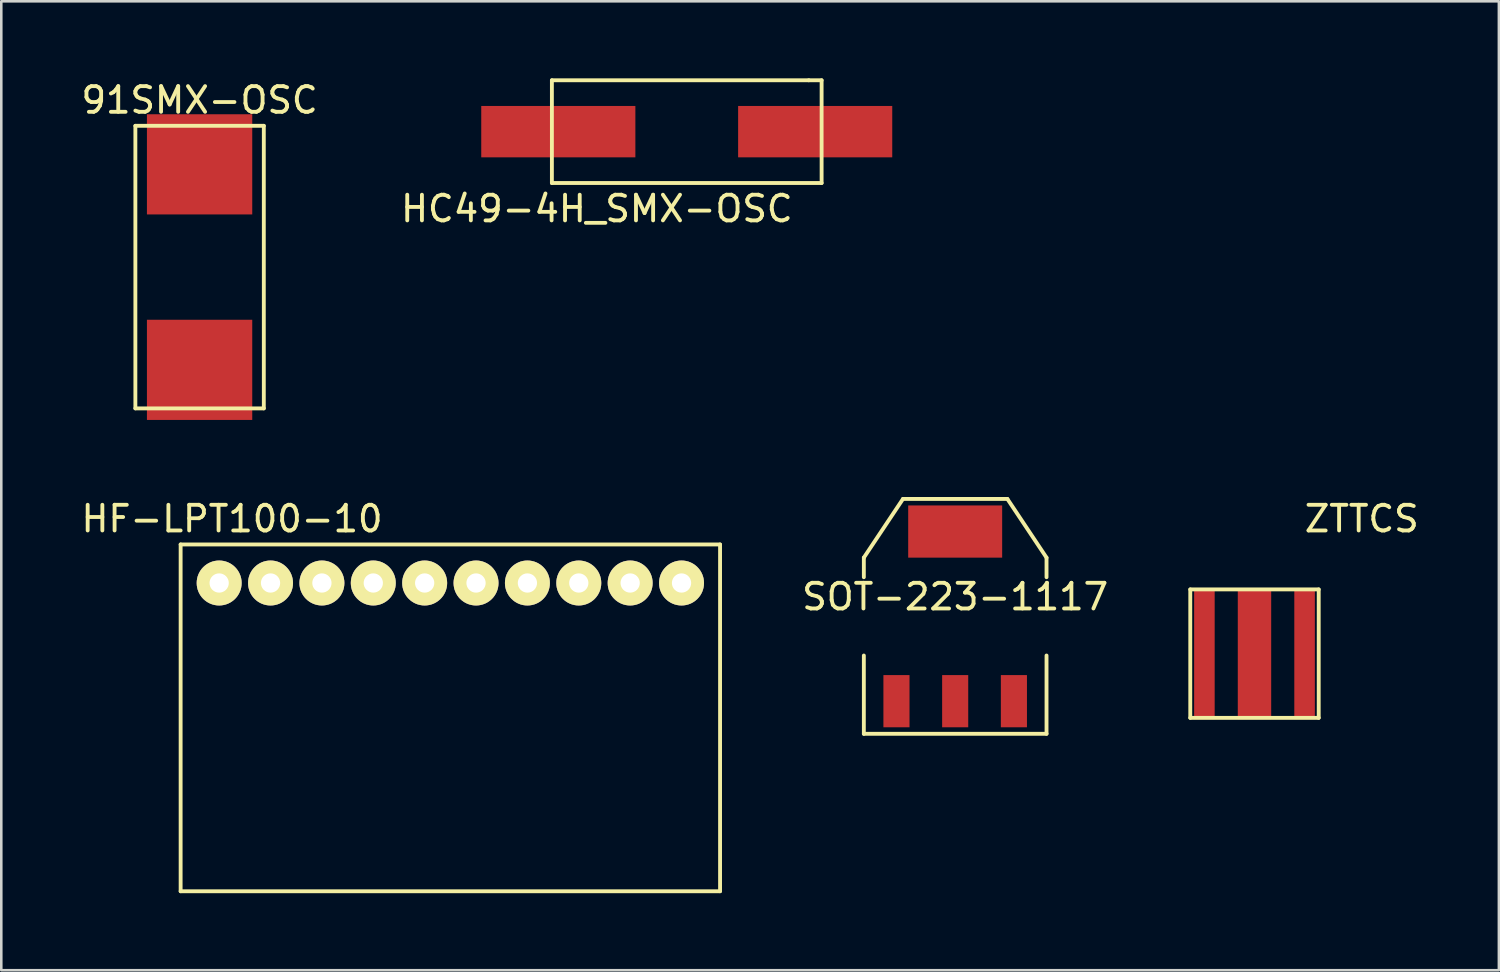
<source format=kicad_pcb>
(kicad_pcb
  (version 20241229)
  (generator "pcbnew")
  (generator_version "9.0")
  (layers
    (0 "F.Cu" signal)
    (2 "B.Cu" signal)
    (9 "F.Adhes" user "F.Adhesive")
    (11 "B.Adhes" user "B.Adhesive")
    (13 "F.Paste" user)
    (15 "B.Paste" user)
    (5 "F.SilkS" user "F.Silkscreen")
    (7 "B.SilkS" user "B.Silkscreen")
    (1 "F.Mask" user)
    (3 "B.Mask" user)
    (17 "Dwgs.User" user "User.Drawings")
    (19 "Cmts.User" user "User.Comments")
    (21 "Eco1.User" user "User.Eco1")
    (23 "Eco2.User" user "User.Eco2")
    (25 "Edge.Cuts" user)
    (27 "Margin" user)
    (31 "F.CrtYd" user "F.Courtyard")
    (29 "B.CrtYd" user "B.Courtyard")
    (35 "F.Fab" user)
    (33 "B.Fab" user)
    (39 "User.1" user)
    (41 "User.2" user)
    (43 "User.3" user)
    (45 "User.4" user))
  (footprint "HC49-4H_SMX-OSC"
    (layer "F.Cu")
    (at 23.685 2.075)
    (property "Reference" "HC49-4H_SMX-OSC" (at -3.5 3 0) (layer "F.SilkS") (effects (font (size 1 1) (thickness 0.15))))
    (attr through_hole)
    (fp_line (start -5.25 -2) (end -5.25 2) (stroke (width 0.15) (type solid)) (layer "F.SilkS"))
    (fp_line (start -5.25 -2) (end 4.75 -2) (stroke (width 0.15) (type solid)) (layer "F.SilkS"))
    (fp_line (start -5.25 2) (end 5.25 2) (stroke (width 0.15) (type solid)) (layer "F.SilkS"))
    (fp_line (start 4.75 -2) (end 5.25 -2) (stroke (width 0.15) (type solid)) (layer "F.SilkS"))
    (fp_line (start 5.25 -2) (end 5.25 2) (stroke (width 0.15) (type solid)) (layer "F.SilkS"))
    (pad "1" smd rect (at -5 0) (size 6 2) (layers "F.Cu" "F.Mask" "F.Paste"))
    (pad "2" smd rect (at 5 0) (size 6 2) (layers "F.Cu" "F.Mask" "F.Paste")))
  (footprint "ZTTCS"
    (layer "F.Cu")
    (at 45.787 22.396)
    (property "Reference" "ZTTCS" (at 4.175 -5.25 0) (layer "F.SilkS") (effects (font (size 1 1) (thickness 0.15))))
    (attr through_hole)
    (fp_line (start -2.5 -2.5) (end 2.5 -2.5) (stroke (width 0.15) (type solid)) (layer "F.SilkS"))
    (fp_line (start -2.5 2.5) (end -2.5 -2.5) (stroke (width 0.15) (type solid)) (layer "F.SilkS"))
    (fp_line (start 2.5 -2.5) (end 2.5 2.5) (stroke (width 0.15) (type solid)) (layer "F.SilkS"))
    (fp_line (start 2.5 2.5) (end -2.5 2.5) (stroke (width 0.15) (type solid)) (layer "F.SilkS"))
    (pad "GND" smd rect (at 0 0) (size 1.3 5.1) (layers "F.Cu" "F.Mask" "F.Paste"))
    (pad "OSC1" smd rect (at 1.95 0) (size 0.8 5.1) (layers "F.Cu" "F.Mask" "F.Paste"))
    (pad "OSC2" smd rect (at -1.95 0) (size 0.8 5.1) (layers "F.Cu" "F.Mask" "F.Paste")))
  (footprint "HF-LPT100-10"
    (layer "F.Cu")
    (at 14.482 19.646)
    (property "Reference" "HF-LPT100-10" (at -8.5 -2.5 0) (layer "F.SilkS") (effects (font (size 1 1) (thickness 0.15))))
    (attr through_hole)
    (fp_line (start -10.5 -1.5) (end -10.5 12) (stroke (width 0.15) (type solid)) (layer "F.SilkS"))
    (fp_line (start -10.5 -1.5) (end 10.5 -1.5) (stroke (width 0.15) (type solid)) (layer "F.SilkS"))
    (fp_line (start -10.5 12) (end 10.5 12) (stroke (width 0.15) (type solid)) (layer "F.SilkS"))
    (fp_line (start 10.5 12) (end 10.5 -1.5) (stroke (width 0.15) (type solid)) (layer "F.SilkS"))
    (pad "1" thru_hole circle (at -9 0) (size 1.75 1.75) (drill 0.75) (layers "*.Cu" "*.Mask" "F.SilkS"))
    (pad "2" thru_hole circle (at -7 0) (size 1.75 1.75) (drill 0.75) (layers "*.Cu" "*.Mask" "F.SilkS"))
    (pad "3" thru_hole circle (at -5 0) (size 1.75 1.75) (drill 0.75) (layers "*.Cu" "*.Mask" "F.SilkS"))
    (pad "4" thru_hole circle (at -3 0) (size 1.75 1.75) (drill 0.75) (layers "*.Cu" "*.Mask" "F.SilkS"))
    (pad "5" thru_hole circle (at -1 0) (size 1.75 1.75) (drill 0.75) (layers "*.Cu" "*.Mask" "F.SilkS"))
    (pad "6" thru_hole circle (at 1 0) (size 1.75 1.75) (drill 0.75) (layers "*.Cu" "*.Mask" "F.SilkS"))
    (pad "7" thru_hole circle (at 3 0) (size 1.75 1.75) (drill 0.75) (layers "*.Cu" "*.Mask" "F.SilkS"))
    (pad "8" thru_hole circle (at 5 0) (size 1.75 1.75) (drill 0.75) (layers "*.Cu" "*.Mask" "F.SilkS"))
    (pad "9" thru_hole circle (at 7 0) (size 1.75 1.75) (drill 0.75) (layers "*.Cu" "*.Mask" "F.SilkS"))
    (pad "10" thru_hole circle (at 9 0) (size 1.75 1.75) (drill 0.75) (layers "*.Cu" "*.Mask" "F.SilkS")))
  (footprint "91SMX-OSC"
    (layer "F.Cu")
    (at 4.72 7.348)
    (property "Reference" "91SMX-OSC" (at 0 -6.5 0) (layer "F.SilkS") (effects (font (size 1 1) (thickness 0.15))))
    (attr through_hole)
    (fp_line (start -2.5 -5.5) (end 2.5 -5.5) (stroke (width 0.15) (type solid)) (layer "F.SilkS"))
    (fp_line (start -2.5 5.5) (end -2.5 -5.5) (stroke (width 0.15) (type solid)) (layer "F.SilkS"))
    (fp_line (start 2.5 -5.5) (end 2.5 5.5) (stroke (width 0.15) (type solid)) (layer "F.SilkS"))
    (fp_line (start 2.5 5.5) (end -2.5 5.5) (stroke (width 0.15) (type solid)) (layer "F.SilkS"))
    (pad "1" smd rect (at 0 -4) (size 4.1 3.9) (layers "F.Cu" "F.Mask" "F.Paste"))
    (pad "2" smd rect (at 0 4) (size 4.1 3.9) (layers "F.Cu" "F.Mask" "F.Paste")))
  (footprint "SOT-223-1117"
    (layer "F.Cu")
    (at 34.135 20.945)
    (property "Reference" "SOT-223-1117" (at 0 -0.762 0) (layer "F.SilkS") (effects (font (size 1 1) (thickness 0.15))))
    (attr smd)
    (fp_line (start -3.556 -2.286) (end -2.032 -4.572) (stroke (width 0.15) (type solid)) (layer "F.SilkS"))
    (fp_line (start -3.556 -1.524) (end -3.556 -2.286) (stroke (width 0.15) (type solid)) (layer "F.SilkS"))
    (fp_line (start -3.556 1.524) (end -3.556 4.572) (stroke (width 0.15) (type solid)) (layer "F.SilkS"))
    (fp_line (start -3.556 4.572) (end 3.556 4.572) (stroke (width 0.15) (type solid)) (layer "F.SilkS"))
    (fp_line (start -2.032 -4.572) (end 2.032 -4.572) (stroke (width 0.15) (type solid)) (layer "F.SilkS"))
    (fp_line (start 2.032 -4.572) (end 3.556 -2.286) (stroke (width 0.15) (type solid)) (layer "F.SilkS"))
    (fp_line (start 3.556 -2.286) (end 3.556 -1.524) (stroke (width 0.15) (type solid)) (layer "F.SilkS"))
    (fp_line (start 3.556 4.572) (end 3.556 1.524) (stroke (width 0.15) (type solid)) (layer "F.SilkS"))
    (pad "GND" smd rect (at -2.286 3.302) (size 1.016 2.032) (layers "F.Cu" "F.Mask" "F.Paste"))
    (pad "IN" smd rect (at 2.286 3.302) (size 1.016 2.032) (layers "F.Cu" "F.Mask" "F.Paste"))
    (pad "OUT" smd rect (at 0 -3.302) (size 3.658 2.032) (layers "F.Cu" "F.Mask" "F.Paste"))
    (pad "OUT" smd rect (at 0 3.302) (size 1.016 2.032) (layers "F.Cu" "F.Mask" "F.Paste")))
  (gr_rect
    (start -3 -3)
    (end 55.301 34.721)
    (stroke (width 0.1) (type default))
    (fill no)
    (layer "Edge.Cuts")))
</source>
